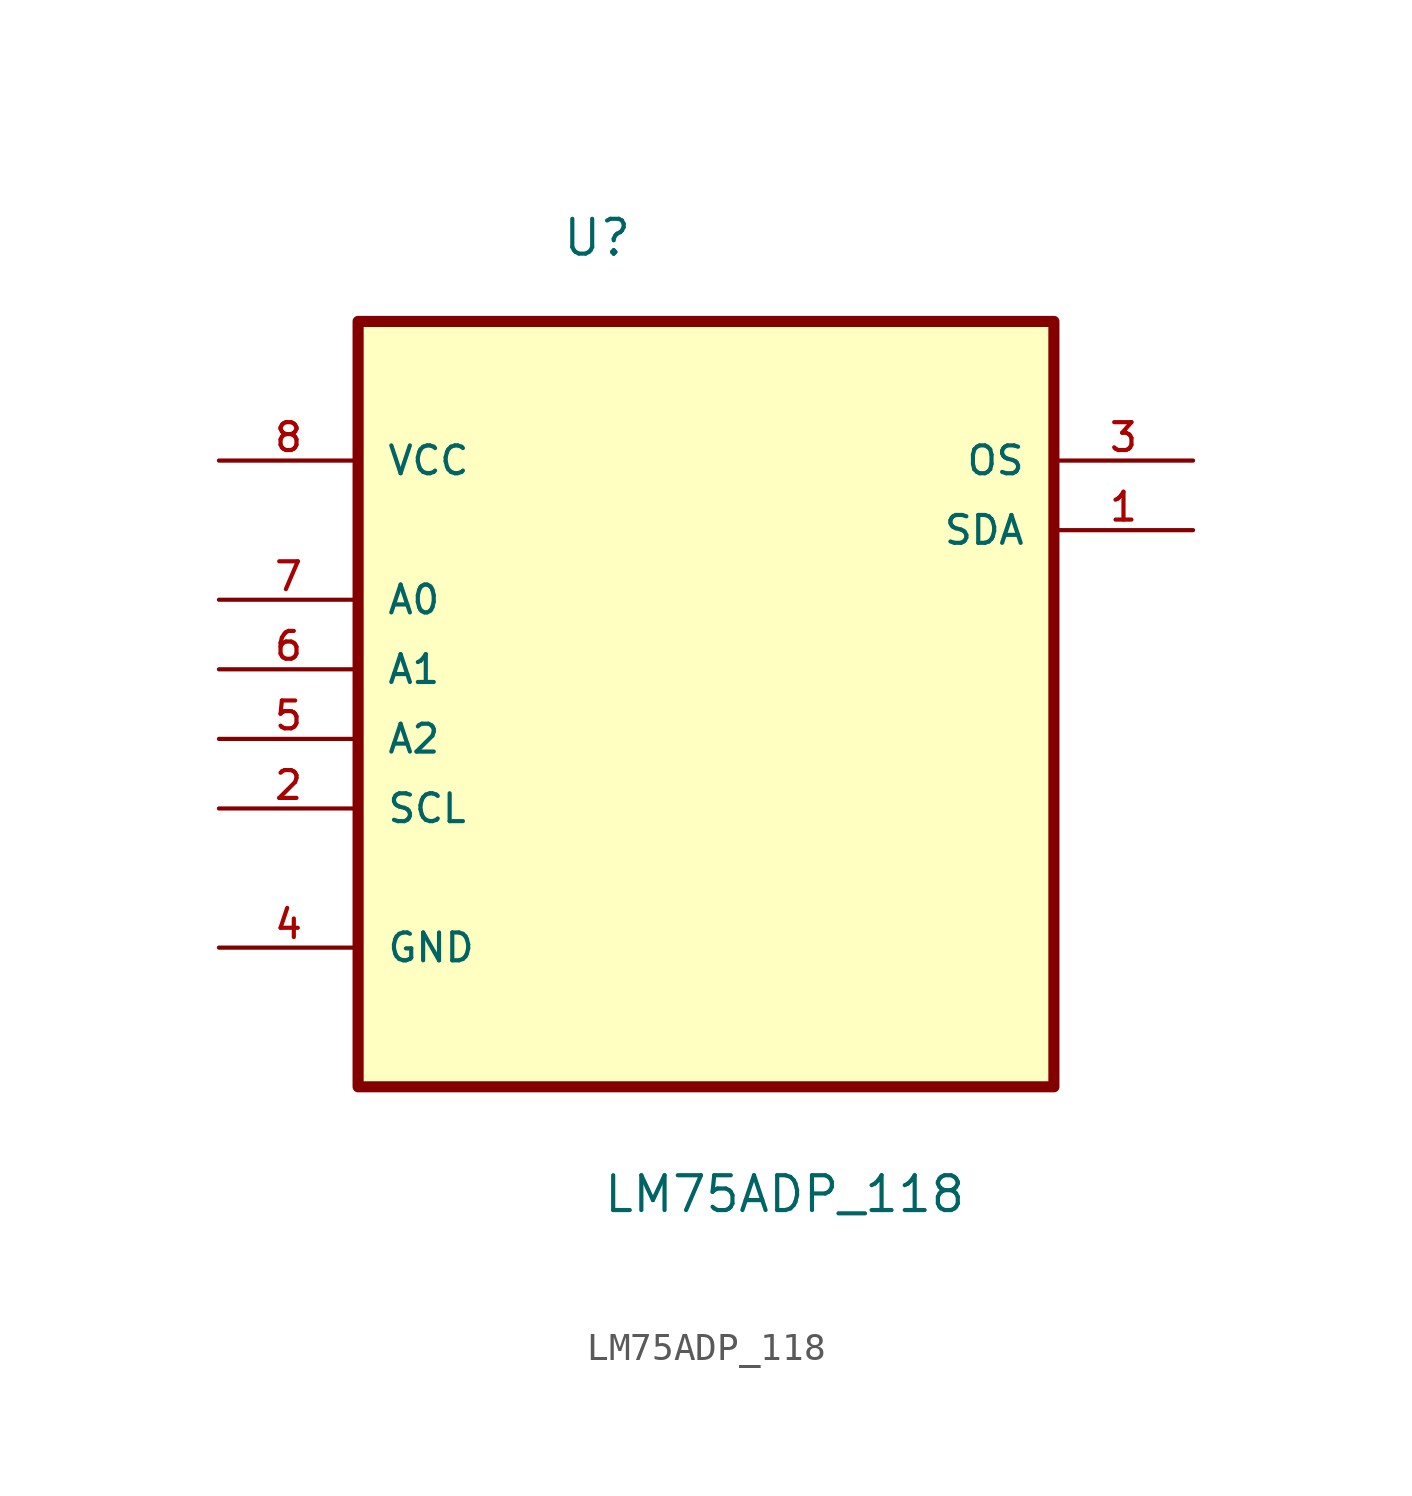
<source format=kicad_sym>
(kicad_symbol_lib
  (version 20211014)
  (generator kicad_symbol_editor)
  (symbol "LM75ADP_118"
    (pin_names
      (offset 1.016))
    (property "Reference" "U"
      (at -5.283 12.472 0.0)
      (effects (font (size 1.27 1.27)) (justify bottom left)))
    (property "Value" "LM75ADP_118"
      (at -3.791 -22.442 0.0)
      (effects (font (size 1.27 1.27)) (justify bottom left)))
    (symbol "LM75ADP_118_0_0"
      (rectangle (start -12.7 -17.78) (end 12.7 10.16) (stroke (width 0.406)) (fill (type background)))
      (pin power_in line (at -17.78 5.08 0) (length 5.08) (name "VCC" (effects (font (size 1.016 1.016)))) (number "8" (effects (font (size 1.016 1.016)))))
      (pin input line (at -17.78 0.0 0) (length 5.08) (name "A0" (effects (font (size 1.016 1.016)))) (number "7" (effects (font (size 1.016 1.016)))))
      (pin input line (at -17.78 -2.54 0) (length 5.08) (name "A1" (effects (font (size 1.016 1.016)))) (number "6" (effects (font (size 1.016 1.016)))))
      (pin input line (at -17.78 -5.08 0) (length 5.08) (name "A2" (effects (font (size 1.016 1.016)))) (number "5" (effects (font (size 1.016 1.016)))))
      (pin input line (at -17.78 -7.62 0) (length 5.08) (name "SCL" (effects (font (size 1.016 1.016)))) (number "2" (effects (font (size 1.016 1.016)))))
      (pin passive line (at -17.78 -12.7 0) (length 5.08) (name "GND" (effects (font (size 1.016 1.016)))) (number "4" (effects (font (size 1.016 1.016)))))
      (pin output line (at 17.78 5.08 180.0) (length 5.08) (name "OS" (effects (font (size 1.016 1.016)))) (number "3" (effects (font (size 1.016 1.016)))))
      (pin bidirectional line (at 17.78 2.54 180.0) (length 5.08) (name "SDA" (effects (font (size 1.016 1.016)))) (number "1" (effects (font (size 1.016 1.016))))))))
</source>
